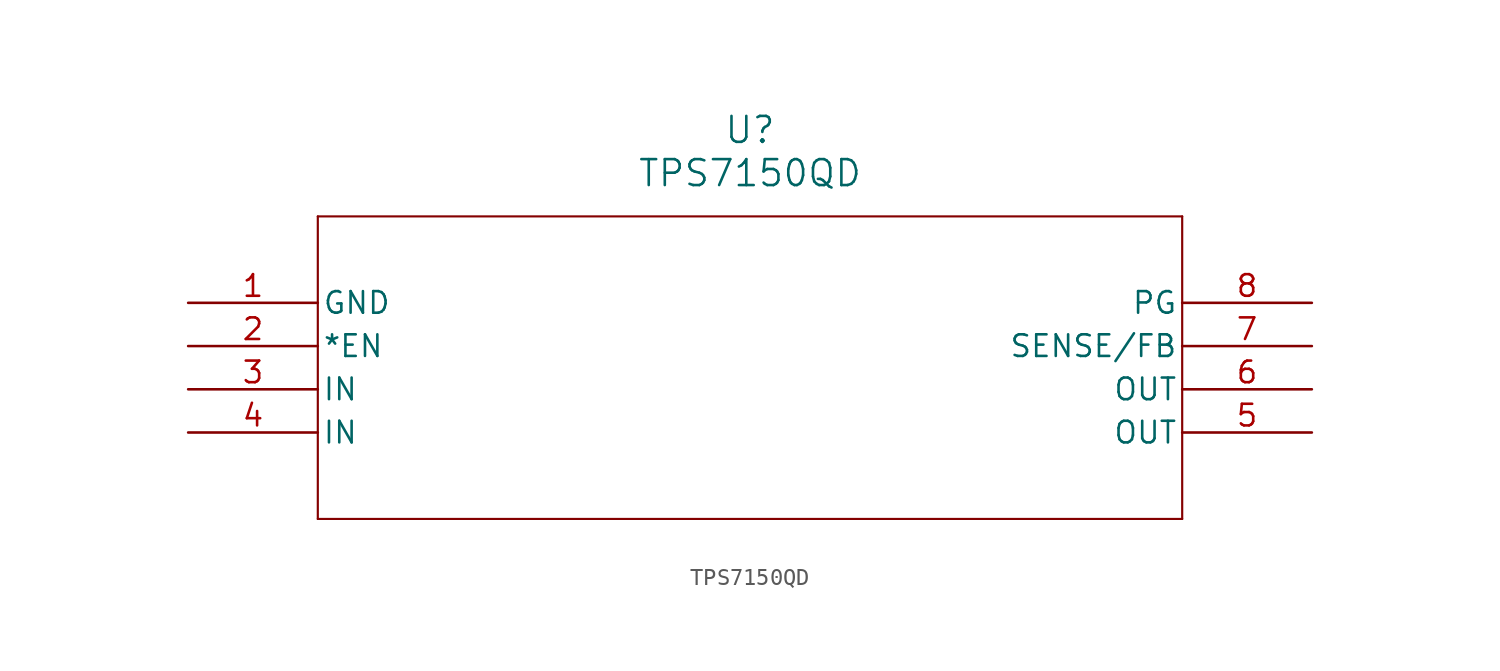
<source format=kicad_sym>
(kicad_symbol_lib
  (version 20211014)
  (generator kicad_symbol_editor)
  (symbol "TPS7150QD"
    (pin_names
      (offset 0.254))
    (property "Reference" "U"
      (at 33.02 10.16 0)
      (effects (font (size 1.524 1.524))))
    (property "Value" "TPS7150QD"
      (at 33.02 7.62 0)
      (effects (font (size 1.524 1.524))))
    (symbol "TPS7150QD_0_1"
      (polyline (pts (xy 7.62 5.08) (xy 7.62 -12.7)) (stroke (width 0.127) (type default) (color 0 0 0 0)) (fill (type none)))
      (polyline (pts (xy 7.62 -12.7) (xy 58.42 -12.7)) (stroke (width 0.127) (type default) (color 0 0 0 0)) (fill (type none)))
      (polyline (pts (xy 58.42 -12.7) (xy 58.42 5.08)) (stroke (width 0.127) (type default) (color 0 0 0 0)) (fill (type none)))
      (polyline (pts (xy 58.42 5.08) (xy 7.62 5.08)) (stroke (width 0.127) (type default) (color 0 0 0 0)) (fill (type none)))
      (pin power_in line (at 0 0 0) (length 7.62) (name "GND" (effects (font (size 1.27 1.27)))) (number "1" (effects (font (size 1.27 1.27)))))
      (pin input line (at 0 -2.54 0) (length 7.62) (name "*EN" (effects (font (size 1.27 1.27)))) (number "2" (effects (font (size 1.27 1.27)))))
      (pin input line (at 0 -5.08 0) (length 7.62) (name "IN" (effects (font (size 1.27 1.27)))) (number "3" (effects (font (size 1.27 1.27)))))
      (pin input line (at 0 -7.62 0) (length 7.62) (name "IN" (effects (font (size 1.27 1.27)))) (number "4" (effects (font (size 1.27 1.27)))))
      (pin output line (at 66.04 -7.62 180) (length 7.62) (name "OUT" (effects (font (size 1.27 1.27)))) (number "5" (effects (font (size 1.27 1.27)))))
      (pin output line (at 66.04 -5.08 180) (length 7.62) (name "OUT" (effects (font (size 1.27 1.27)))) (number "6" (effects (font (size 1.27 1.27)))))
      (pin bidirectional line (at 66.04 -2.54 180) (length 7.62) (name "SENSE/FB" (effects (font (size 1.27 1.27)))) (number "7" (effects (font (size 1.27 1.27)))))
      (pin output line (at 66.04 0 180) (length 7.62) (name "PG" (effects (font (size 1.27 1.27)))) (number "8" (effects (font (size 1.27 1.27))))))))
</source>
